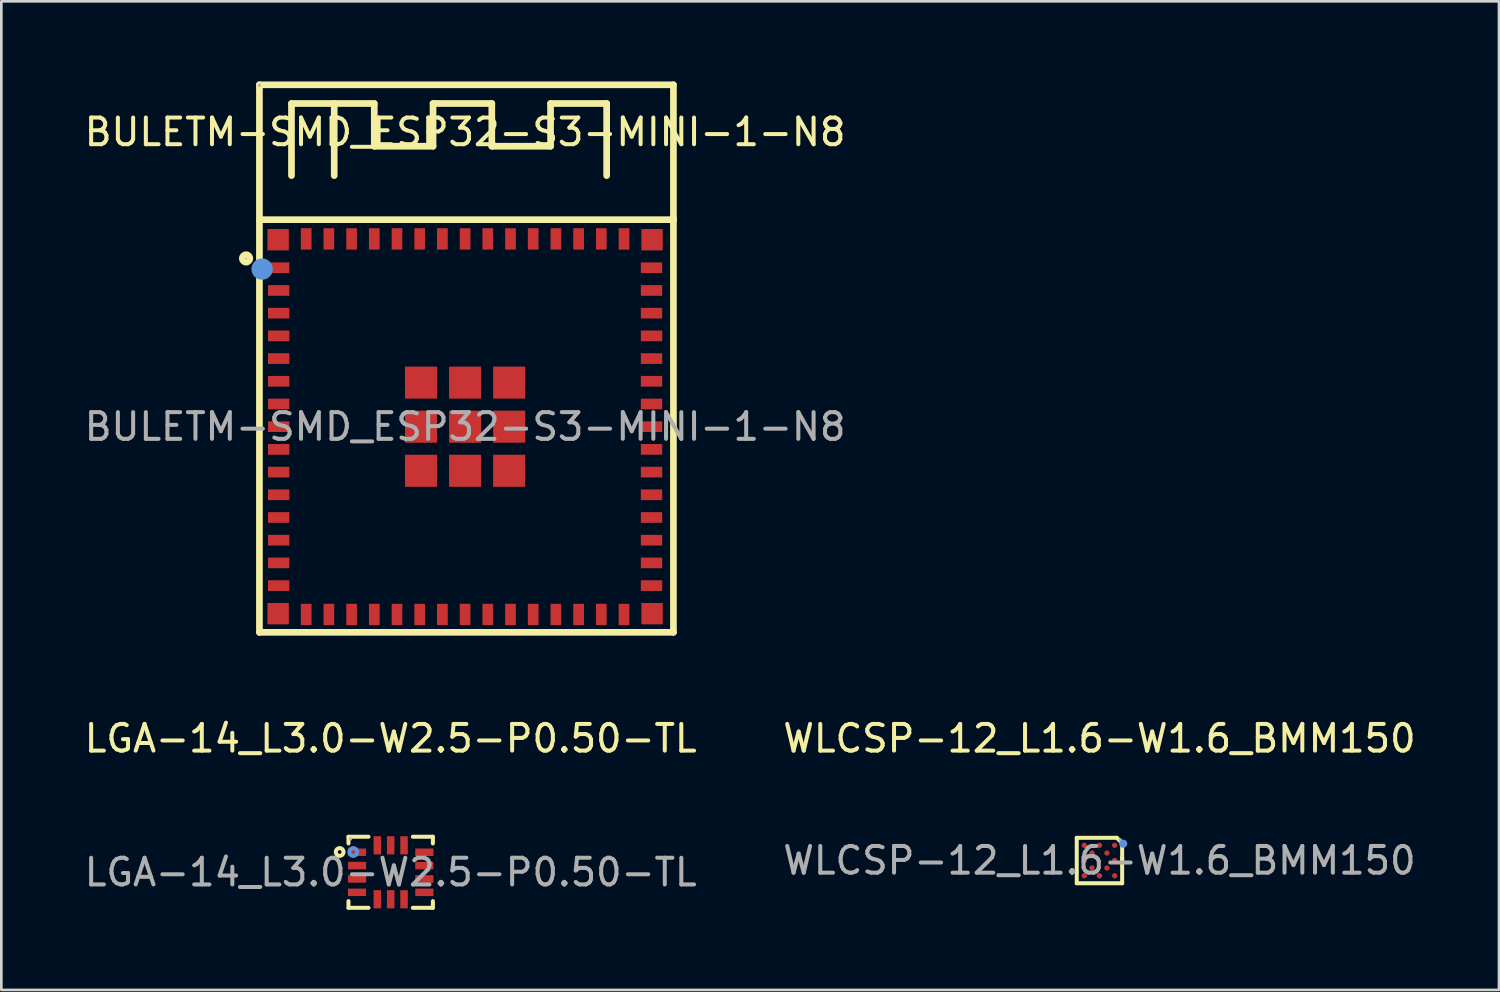
<source format=kicad_pcb>
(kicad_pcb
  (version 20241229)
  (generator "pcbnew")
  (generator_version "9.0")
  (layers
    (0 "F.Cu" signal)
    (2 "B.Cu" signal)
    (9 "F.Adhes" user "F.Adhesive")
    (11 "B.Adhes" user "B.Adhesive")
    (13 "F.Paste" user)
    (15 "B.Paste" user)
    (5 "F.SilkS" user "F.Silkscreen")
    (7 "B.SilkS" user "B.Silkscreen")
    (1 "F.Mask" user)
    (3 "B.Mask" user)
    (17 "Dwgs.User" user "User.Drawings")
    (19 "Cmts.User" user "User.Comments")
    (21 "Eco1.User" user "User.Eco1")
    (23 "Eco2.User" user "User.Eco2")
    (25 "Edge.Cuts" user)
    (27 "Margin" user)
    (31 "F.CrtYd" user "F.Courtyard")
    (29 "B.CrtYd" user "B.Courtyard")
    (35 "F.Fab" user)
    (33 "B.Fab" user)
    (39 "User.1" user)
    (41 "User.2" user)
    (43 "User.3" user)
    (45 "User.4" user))
  (footprint "WLCSP-12_L1.6-W1.6_BMM150"
    (layer "F.Cu")
    (at 38.113 29.168)
    (property "Reference" "WLCSP-12_L1.6-W1.6_BMM150" (at 0 -4.57 0) (layer "F.SilkS") (effects (font (size 1 1) (thickness 0.15))))
    (attr smd)
    (fp_line (start -0.85 -0.85) (end 0.65 -0.85) (stroke (width 0.15) (type solid)) (layer "F.SilkS"))
    (fp_line (start -0.85 0.85) (end -0.85 -0.85) (stroke (width 0.15) (type solid)) (layer "F.SilkS"))
    (fp_line (start -0.85 0.85) (end 0.85 0.85) (stroke (width 0.15) (type solid)) (layer "F.SilkS"))
    (fp_line (start 0.65 -0.85) (end 0.85 -0.65) (stroke (width 0.15) (type solid)) (layer "F.SilkS"))
    (fp_line (start 0.85 -0.65) (end 0.85 -0.05) (stroke (width 0.15) (type solid)) (layer "F.SilkS"))
    (fp_line (start 0.85 0.85) (end 0.85 -0.1) (stroke (width 0.15) (type solid)) (layer "F.SilkS"))
    (fp_circle (center 0.89 -0.63) (end 0.97 -0.63) (stroke (width 0.15) (type solid)) (fill no) (layer "Cmts.User"))
    (fp_circle (center 0.78 -0.78) (end 0.81 -0.78) (stroke (width 0.06) (type solid)) (fill no) (layer "F.Fab"))
    (fp_text user "${REFERENCE}" (at 0 0 0) (layer "F.Fab") (effects (font (size 1 1) (thickness 0.15))))
    (pad "A1" smd circle (at 0.57 -0.57) (size 0.2 0.2) (layers "F.Cu" "F.Mask" "F.Paste"))
    (pad "A3" smd circle (at 0.57 0) (size 0.2 0.2) (layers "F.Cu" "F.Mask" "F.Paste"))
    (pad "A5" smd circle (at 0.57 0.57) (size 0.2 0.2) (layers "F.Cu" "F.Mask" "F.Paste"))
    (pad "B2" smd circle (at 0.28 -0.28) (size 0.2 0.2) (layers "F.Cu" "F.Mask" "F.Paste"))
    (pad "B4" smd circle (at 0.28 0.28) (size 0.2 0.2) (layers "F.Cu" "F.Mask" "F.Paste"))
    (pad "C1" smd circle (at 0 -0.57) (size 0.2 0.2) (layers "F.Cu" "F.Mask" "F.Paste"))
    (pad "C5" smd circle (at 0 0.57) (size 0.2 0.2) (layers "F.Cu" "F.Mask" "F.Paste"))
    (pad "D2" smd circle (at -0.28 -0.28) (size 0.2 0.2) (layers "F.Cu" "F.Mask" "F.Paste"))
    (pad "D4" smd circle (at -0.28 0.28) (size 0.2 0.2) (layers "F.Cu" "F.Mask" "F.Paste"))
    (pad "E1" smd circle (at -0.57 -0.57) (size 0.2 0.2) (layers "F.Cu" "F.Mask" "F.Paste"))
    (pad "E3" smd circle (at -0.57 0) (size 0.2 0.2) (layers "F.Cu" "F.Mask" "F.Paste"))
    (pad "E5" smd circle (at -0.57 0.57) (size 0.2 0.2) (layers "F.Cu" "F.Mask" "F.Paste")))
  (footprint "BULETM-SMD_ESP32-S3-MINI-1-N8"
    (layer "F.Cu")
    (at 14.363 12.925)
    (property "Reference" "BULETM-SMD_ESP32-S3-MINI-1-N8" (at 0 -11.03 0) (layer "F.SilkS") (effects (font (size 1 1) (thickness 0.15))))
    (attr smd)
    (fp_line (start -7.7 -12.8) (end 7.8 -12.8) (stroke (width 0.25) (type solid)) (layer "F.SilkS"))
    (fp_line (start -7.7 -7.75) (end 7.8 -7.75) (stroke (width 0.25) (type solid)) (layer "F.SilkS"))
    (fp_line (start -7.7 7.7) (end -7.7 -12.8) (stroke (width 0.25) (type solid)) (layer "F.SilkS"))
    (fp_line (start -6.5 -12.1) (end -4.9 -12.1) (stroke (width 0.25) (type solid)) (layer "F.SilkS"))
    (fp_line (start -6.5 -9.4) (end -6.5 -12.1) (stroke (width 0.25) (type solid)) (layer "F.SilkS"))
    (fp_line (start -4.9 -12.1) (end -4.9 -9.4) (stroke (width 0.25) (type solid)) (layer "F.SilkS"))
    (fp_line (start -4.9 -12.1) (end -3.4 -12.1) (stroke (width 0.25) (type solid)) (layer "F.SilkS"))
    (fp_line (start -3.4 -12.1) (end -3.4 -10.5) (stroke (width 0.25) (type solid)) (layer "F.SilkS"))
    (fp_line (start -3.4 -10.5) (end -1.2 -10.5) (stroke (width 0.25) (type solid)) (layer "F.SilkS"))
    (fp_line (start -1.2 -12.1) (end 1 -12.1) (stroke (width 0.25) (type solid)) (layer "F.SilkS"))
    (fp_line (start -1.2 -10.5) (end -1.2 -12.1) (stroke (width 0.25) (type solid)) (layer "F.SilkS"))
    (fp_line (start 1 -12.1) (end 1 -10.5) (stroke (width 0.25) (type solid)) (layer "F.SilkS"))
    (fp_line (start 1 -10.5) (end 3.2 -10.5) (stroke (width 0.25) (type solid)) (layer "F.SilkS"))
    (fp_line (start 3.2 -12.1) (end 5.3 -12.1) (stroke (width 0.25) (type solid)) (layer "F.SilkS"))
    (fp_line (start 3.2 -10.5) (end 3.2 -12.1) (stroke (width 0.25) (type solid)) (layer "F.SilkS"))
    (fp_line (start 5.3 -12.1) (end 5.3 -9.4) (stroke (width 0.25) (type solid)) (layer "F.SilkS"))
    (fp_line (start 7.8 -12.8) (end 7.8 7.7) (stroke (width 0.25) (type solid)) (layer "F.SilkS"))
    (fp_line (start 7.8 -7.75) (end 7.8 -7.79) (stroke (width 0.25) (type solid)) (layer "F.SilkS"))
    (fp_line (start 7.8 7.7) (end -7.7 7.7) (stroke (width 0.25) (type solid)) (layer "F.SilkS"))
    (fp_circle (center -8.2 -6.3) (end -8.06 -6.3) (stroke (width 0.25) (type solid)) (fill no) (layer "F.SilkS"))
    (fp_circle (center -7.6 -5.9) (end -7.4 -5.9) (stroke (width 0.4) (type solid)) (fill no) (layer "Cmts.User"))
    (fp_circle (center -7.7 -12.78) (end -7.67 -12.78) (stroke (width 0.06) (type solid)) (fill no) (layer "F.Fab"))
    (fp_text user "${REFERENCE}" (at 0 0 0) (layer "F.Fab") (effects (font (size 1 1) (thickness 0.15))))
    (pad "1" smd rect (at -6.98 -5.95 90) (size 0.4 0.8) (layers "F.Cu" "F.Mask" "F.Paste"))
    (pad "2" smd rect (at -6.98 -5.1 90) (size 0.4 0.8) (layers "F.Cu" "F.Mask" "F.Paste"))
    (pad "3" smd rect (at -6.98 -4.25 90) (size 0.4 0.8) (layers "F.Cu" "F.Mask" "F.Paste"))
    (pad "4" smd rect (at -6.98 -3.4 90) (size 0.4 0.8) (layers "F.Cu" "F.Mask" "F.Paste"))
    (pad "5" smd rect (at -6.98 -2.55 90) (size 0.4 0.8) (layers "F.Cu" "F.Mask" "F.Paste"))
    (pad "6" smd rect (at -6.98 -1.7 90) (size 0.4 0.8) (layers "F.Cu" "F.Mask" "F.Paste"))
    (pad "7" smd rect (at -6.98 -0.85 90) (size 0.4 0.8) (layers "F.Cu" "F.Mask" "F.Paste"))
    (pad "8" smd rect (at -6.98 0 90) (size 0.4 0.8) (layers "F.Cu" "F.Mask" "F.Paste"))
    (pad "9" smd rect (at -6.98 0.85 90) (size 0.4 0.8) (layers "F.Cu" "F.Mask" "F.Paste"))
    (pad "10" smd rect (at -6.98 1.7 90) (size 0.4 0.8) (layers "F.Cu" "F.Mask" "F.Paste"))
    (pad "11" smd rect (at -6.98 2.55 90) (size 0.4 0.8) (layers "F.Cu" "F.Mask" "F.Paste"))
    (pad "12" smd rect (at -6.98 3.4 90) (size 0.4 0.8) (layers "F.Cu" "F.Mask" "F.Paste"))
    (pad "13" smd rect (at -6.98 4.25 90) (size 0.4 0.8) (layers "F.Cu" "F.Mask" "F.Paste"))
    (pad "14" smd rect (at -6.98 5.1 90) (size 0.4 0.8) (layers "F.Cu" "F.Mask" "F.Paste"))
    (pad "15" smd rect (at -6.98 5.95 90) (size 0.4 0.8) (layers "F.Cu" "F.Mask" "F.Paste"))
    (pad "16" smd rect (at -5.95 7.03 180) (size 0.4 0.8) (layers "F.Cu" "F.Mask" "F.Paste"))
    (pad "17" smd rect (at -5.1 7.03 180) (size 0.4 0.8) (layers "F.Cu" "F.Mask" "F.Paste"))
    (pad "18" smd rect (at -4.25 7.03 180) (size 0.4 0.8) (layers "F.Cu" "F.Mask" "F.Paste"))
    (pad "19" smd rect (at -3.4 7.03 180) (size 0.4 0.8) (layers "F.Cu" "F.Mask" "F.Paste"))
    (pad "20" smd rect (at -2.55 7.03 180) (size 0.4 0.8) (layers "F.Cu" "F.Mask" "F.Paste"))
    (pad "21" smd rect (at -1.7 7.03 180) (size 0.4 0.8) (layers "F.Cu" "F.Mask" "F.Paste"))
    (pad "22" smd rect (at -0.85 7.03 180) (size 0.4 0.8) (layers "F.Cu" "F.Mask" "F.Paste"))
    (pad "23" smd rect (at 0 7.03 180) (size 0.4 0.8) (layers "F.Cu" "F.Mask" "F.Paste"))
    (pad "24" smd rect (at 0.85 7.03 180) (size 0.4 0.8) (layers "F.Cu" "F.Mask" "F.Paste"))
    (pad "25" smd rect (at 1.7 7.03 180) (size 0.4 0.8) (layers "F.Cu" "F.Mask" "F.Paste"))
    (pad "26" smd rect (at 2.55 7.03 180) (size 0.4 0.8) (layers "F.Cu" "F.Mask" "F.Paste"))
    (pad "27" smd rect (at 3.4 7.03 180) (size 0.4 0.8) (layers "F.Cu" "F.Mask" "F.Paste"))
    (pad "28" smd rect (at 4.25 7.03 180) (size 0.4 0.8) (layers "F.Cu" "F.Mask" "F.Paste"))
    (pad "29" smd rect (at 5.1 7.03 180) (size 0.4 0.8) (layers "F.Cu" "F.Mask" "F.Paste"))
    (pad "30" smd rect (at 5.95 7.03 180) (size 0.4 0.8) (layers "F.Cu" "F.Mask" "F.Paste"))
    (pad "31" smd rect (at 6.98 5.95 270) (size 0.4 0.8) (layers "F.Cu" "F.Mask" "F.Paste"))
    (pad "32" smd rect (at 6.98 5.1 270) (size 0.4 0.8) (layers "F.Cu" "F.Mask" "F.Paste"))
    (pad "33" smd rect (at 6.98 4.25 270) (size 0.4 0.8) (layers "F.Cu" "F.Mask" "F.Paste"))
    (pad "34" smd rect (at 6.98 3.4 270) (size 0.4 0.8) (layers "F.Cu" "F.Mask" "F.Paste"))
    (pad "35" smd rect (at 6.98 2.55 270) (size 0.4 0.8) (layers "F.Cu" "F.Mask" "F.Paste"))
    (pad "36" smd rect (at 6.98 1.7 270) (size 0.4 0.8) (layers "F.Cu" "F.Mask" "F.Paste"))
    (pad "37" smd rect (at 6.98 0.85 270) (size 0.4 0.8) (layers "F.Cu" "F.Mask" "F.Paste"))
    (pad "38" smd rect (at 6.98 0 270) (size 0.4 0.8) (layers "F.Cu" "F.Mask" "F.Paste"))
    (pad "39" smd rect (at 6.98 -0.85 270) (size 0.4 0.8) (layers "F.Cu" "F.Mask" "F.Paste"))
    (pad "40" smd rect (at 6.98 -1.7 270) (size 0.4 0.8) (layers "F.Cu" "F.Mask" "F.Paste"))
    (pad "41" smd rect (at 6.98 -2.55 270) (size 0.4 0.8) (layers "F.Cu" "F.Mask" "F.Paste"))
    (pad "42" smd rect (at 6.98 -3.4 270) (size 0.4 0.8) (layers "F.Cu" "F.Mask" "F.Paste"))
    (pad "43" smd rect (at 6.98 -4.25 270) (size 0.4 0.8) (layers "F.Cu" "F.Mask" "F.Paste"))
    (pad "44" smd rect (at 6.98 -5.1 270) (size 0.4 0.8) (layers "F.Cu" "F.Mask" "F.Paste"))
    (pad "45" smd rect (at 6.98 -5.95 270) (size 0.4 0.8) (layers "F.Cu" "F.Mask" "F.Paste"))
    (pad "46" smd rect (at 5.95 -7.03) (size 0.4 0.8) (layers "F.Cu" "F.Mask" "F.Paste"))
    (pad "47" smd rect (at 5.1 -7.03) (size 0.4 0.8) (layers "F.Cu" "F.Mask" "F.Paste"))
    (pad "48" smd rect (at 4.25 -7.03) (size 0.4 0.8) (layers "F.Cu" "F.Mask" "F.Paste"))
    (pad "49" smd rect (at 3.4 -7.03) (size 0.4 0.8) (layers "F.Cu" "F.Mask" "F.Paste"))
    (pad "50" smd rect (at 2.55 -7.03) (size 0.4 0.8) (layers "F.Cu" "F.Mask" "F.Paste"))
    (pad "51" smd rect (at 1.7 -7.03) (size 0.4 0.8) (layers "F.Cu" "F.Mask" "F.Paste"))
    (pad "52" smd rect (at 0.85 -7.03) (size 0.4 0.8) (layers "F.Cu" "F.Mask" "F.Paste"))
    (pad "53" smd rect (at 0 -7.03) (size 0.4 0.8) (layers "F.Cu" "F.Mask" "F.Paste"))
    (pad "54" smd rect (at -0.85 -7.03) (size 0.4 0.8) (layers "F.Cu" "F.Mask" "F.Paste"))
    (pad "55" smd rect (at -1.7 -7.03) (size 0.4 0.8) (layers "F.Cu" "F.Mask" "F.Paste"))
    (pad "56" smd rect (at -2.55 -7.03) (size 0.4 0.8) (layers "F.Cu" "F.Mask" "F.Paste"))
    (pad "57" smd rect (at -3.4 -7.03) (size 0.4 0.8) (layers "F.Cu" "F.Mask" "F.Paste"))
    (pad "58" smd rect (at -4.25 -7.03) (size 0.4 0.8) (layers "F.Cu" "F.Mask" "F.Paste"))
    (pad "59" smd rect (at -5.1 -7.03) (size 0.4 0.8) (layers "F.Cu" "F.Mask" "F.Paste"))
    (pad "60" smd rect (at -5.95 -7.03) (size 0.4 0.8) (layers "F.Cu" "F.Mask" "F.Paste"))
    (pad "GND" smd rect (at -7 -7 90) (size 0.8 0.8) (layers "F.Cu" "F.Mask" "F.Paste"))
    (pad "GND" smd rect (at -7 7 90) (size 0.8 0.8) (layers "F.Cu" "F.Mask" "F.Paste"))
    (pad "GND" smd rect (at -1.65 -1.65 90) (size 1.2 1.2) (layers "F.Cu" "F.Mask" "F.Paste"))
    (pad "GND" smd rect (at -1.65 0 90) (size 1.2 1.2) (layers "F.Cu" "F.Mask" "F.Paste"))
    (pad "GND" smd rect (at -1.65 1.65 90) (size 1.2 1.2) (layers "F.Cu" "F.Mask" "F.Paste"))
    (pad "GND" smd rect (at 0 -1.65 90) (size 1.2 1.2) (layers "F.Cu" "F.Mask" "F.Paste"))
    (pad "GND" smd rect (at 0 0 90) (size 1.2 1.2) (layers "F.Cu" "F.Mask" "F.Paste"))
    (pad "GND" smd rect (at 0 1.65 90) (size 1.2 1.2) (layers "F.Cu" "F.Mask" "F.Paste"))
    (pad "GND" smd rect (at 1.65 -1.65 90) (size 1.2 1.2) (layers "F.Cu" "F.Mask" "F.Paste"))
    (pad "GND" smd rect (at 1.65 0 90) (size 1.2 1.2) (layers "F.Cu" "F.Mask" "F.Paste"))
    (pad "GND" smd rect (at 1.65 1.65 90) (size 1.2 1.2) (layers "F.Cu" "F.Mask" "F.Paste"))
    (pad "GND" smd rect (at 7 -7 90) (size 0.8 0.8) (layers "F.Cu" "F.Mask" "F.Paste"))
    (pad "GND" smd rect (at 7 7 90) (size 0.8 0.8) (layers "F.Cu" "F.Mask" "F.Paste")))
  (footprint "LGA-14_L3.0-W2.5-P0.50-TL"
    (layer "F.Cu")
    (at 11.577 29.608)
    (property "Reference" "LGA-14_L3.0-W2.5-P0.50-TL" (at 0 -5.01 0) (layer "F.SilkS") (effects (font (size 1 1) (thickness 0.15))))
    (attr smd)
    (fp_line (start -1.58 -1.33) (end -1.58 -1.08) (stroke (width 0.15) (type solid)) (layer "F.SilkS"))
    (fp_line (start -1.58 1.33) (end -1.58 1.08) (stroke (width 0.15) (type solid)) (layer "F.SilkS"))
    (fp_line (start -0.83 -1.33) (end -1.58 -1.33) (stroke (width 0.15) (type solid)) (layer "F.SilkS"))
    (fp_line (start -0.83 1.33) (end -1.58 1.33) (stroke (width 0.15) (type solid)) (layer "F.SilkS"))
    (fp_line (start 0.83 -1.33) (end 1.58 -1.33) (stroke (width 0.15) (type solid)) (layer "F.SilkS"))
    (fp_line (start 0.83 1.33) (end 1.58 1.33) (stroke (width 0.15) (type solid)) (layer "F.SilkS"))
    (fp_line (start 1.58 -1.33) (end 1.58 -1.08) (stroke (width 0.15) (type solid)) (layer "F.SilkS"))
    (fp_line (start 1.58 1.33) (end 1.58 1.08) (stroke (width 0.15) (type solid)) (layer "F.SilkS"))
    (fp_circle (center -1.91 -0.76) (end -1.84 -0.76) (stroke (width 0.15) (type solid)) (fill no) (layer "F.SilkS"))
    (fp_circle (center -1.4 -0.76) (end -1.33 -0.76) (stroke (width 0.15) (type solid)) (fill no) (layer "Cmts.User"))
    (fp_circle (center -1.5 -1.25) (end -1.47 -1.25) (stroke (width 0.06) (type solid)) (fill no) (layer "F.Fab"))
    (fp_text user "${REFERENCE}" (at 0 0 0) (layer "F.Fab") (effects (font (size 1 1) (thickness 0.15))))
    (pad "1" smd rect (at -1.26 -0.75) (size 0.68 0.28) (layers "F.Cu" "F.Mask" "F.Paste"))
    (pad "2" smd rect (at -1.26 -0.25) (size 0.68 0.28) (layers "F.Cu" "F.Mask" "F.Paste"))
    (pad "3" smd rect (at -1.26 0.25) (size 0.68 0.28) (layers "F.Cu" "F.Mask" "F.Paste"))
    (pad "4" smd rect (at -1.26 0.75) (size 0.68 0.28) (layers "F.Cu" "F.Mask" "F.Paste"))
    (pad "5" smd rect (at -0.5 1.01) (size 0.28 0.68) (layers "F.Cu" "F.Mask" "F.Paste"))
    (pad "6" smd rect (at 0 1.01) (size 0.28 0.68) (layers "F.Cu" "F.Mask" "F.Paste"))
    (pad "7" smd rect (at 0.5 1.01) (size 0.28 0.68) (layers "F.Cu" "F.Mask" "F.Paste"))
    (pad "8" smd rect (at 1.26 0.75) (size 0.68 0.28) (layers "F.Cu" "F.Mask" "F.Paste"))
    (pad "9" smd rect (at 1.26 0.25) (size 0.68 0.28) (layers "F.Cu" "F.Mask" "F.Paste"))
    (pad "10" smd rect (at 1.26 -0.25) (size 0.68 0.28) (layers "F.Cu" "F.Mask" "F.Paste"))
    (pad "11" smd rect (at 1.26 -0.75) (size 0.68 0.28) (layers "F.Cu" "F.Mask" "F.Paste"))
    (pad "12" smd rect (at 0.5 -1.01) (size 0.28 0.68) (layers "F.Cu" "F.Mask" "F.Paste"))
    (pad "13" smd rect (at 0 -1.01) (size 0.28 0.68) (layers "F.Cu" "F.Mask" "F.Paste"))
    (pad "14" smd rect (at -0.5 -1.01) (size 0.28 0.68) (layers "F.Cu" "F.Mask" "F.Paste")))
  (gr_rect
    (start -3 -3)
    (end 53.071 34.013)
    (stroke (width 0.1) (type default))
    (fill no)
    (layer "Edge.Cuts")))
</source>
